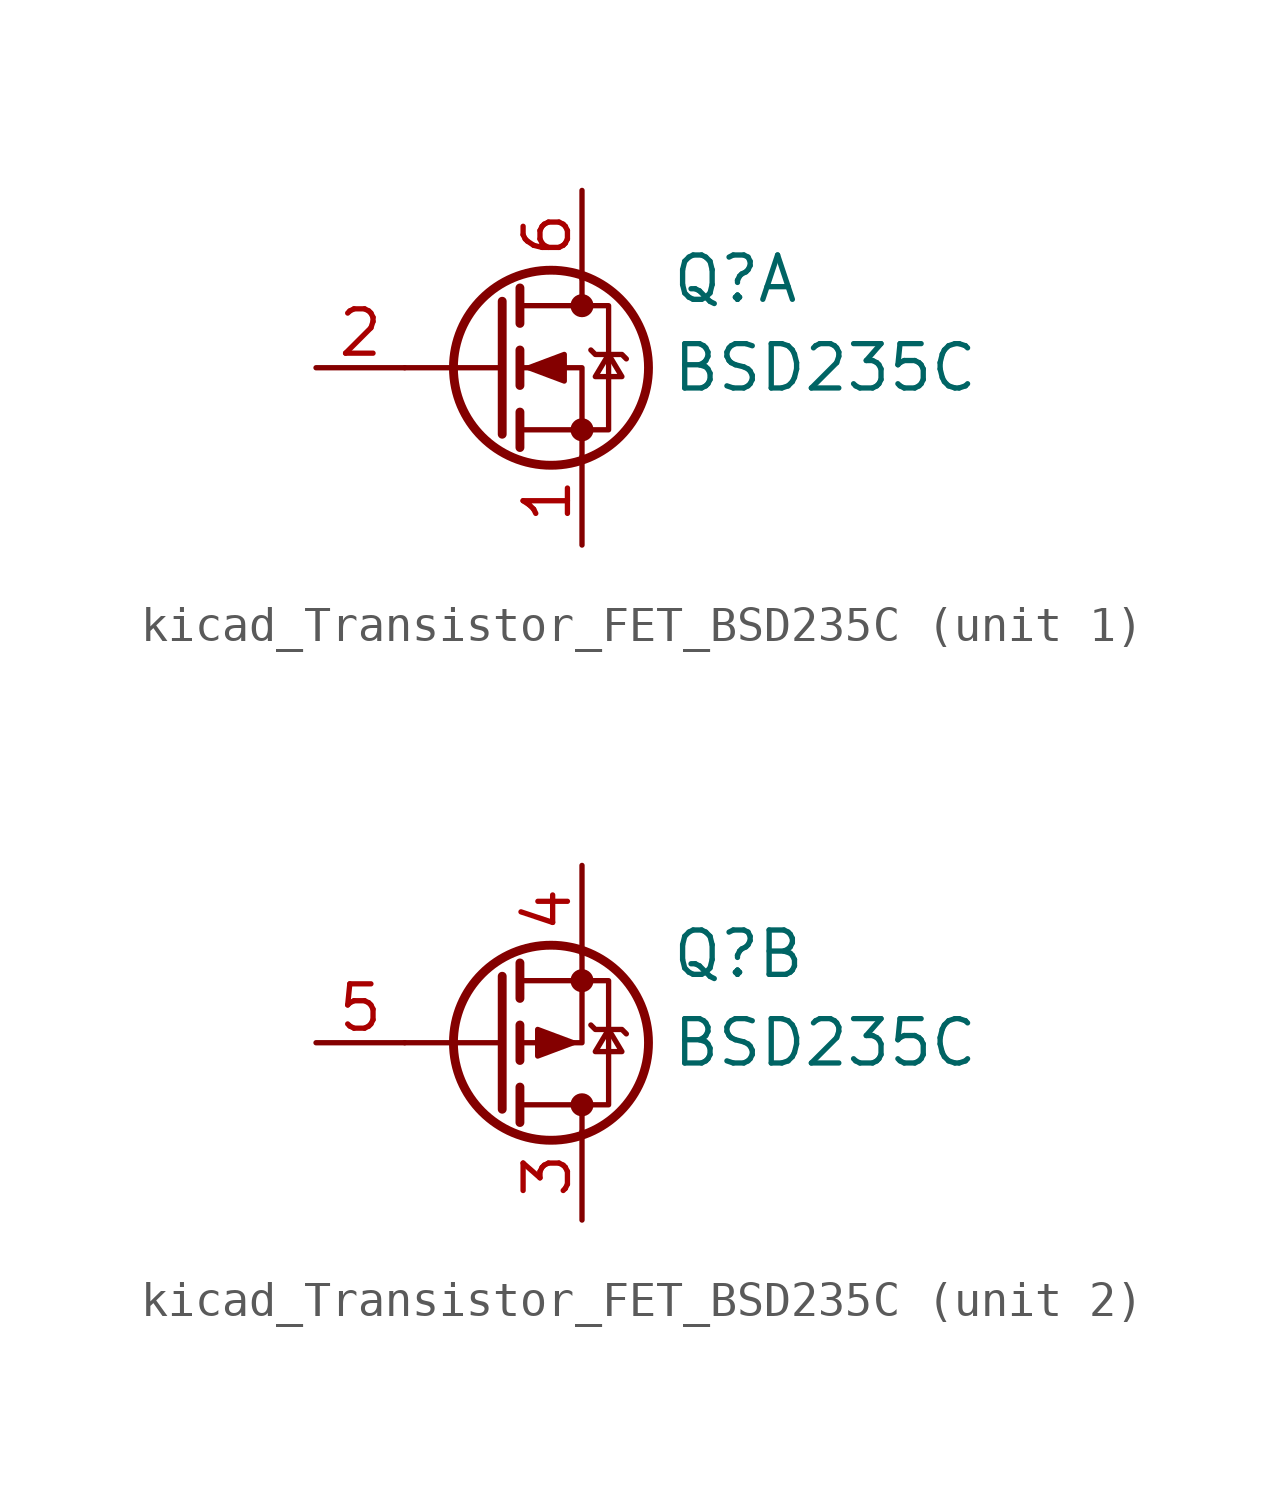
<source format=kicad_sym>
(kicad_symbol_lib
  (version 20220914)
  (generator kicad_symbol_editor)
  (symbol "kicad_Transistor_FET_BSD235C"
    (pin_names hide)
    (property "Reference" "Q"
      (at 5.08 2.54 0)
      (effects (font (size 1.27 1.27)) (justify left)))
    (property "Value" "BSD235C"
      (at 5.08 0 0)
      (effects (font (size 1.27 1.27)) (justify left)))
    (symbol "kicad_Transistor_FET_BSD235C_1_1"
      (polyline (pts (xy 0.254 -1.905) (xy 0.254 1.905)) (stroke (width 0.254) (type default)) (fill (type none)))
      (polyline (pts (xy 0.254 0) (xy -2.54 0)) (stroke (width 0) (type default)) (fill (type none)))
      (polyline (pts (xy 0.762 -2.286) (xy 0.762 -1.27)) (stroke (width 0.254) (type default)) (fill (type none)))
      (polyline (pts (xy 0.762 -0.508) (xy 0.762 0.508)) (stroke (width 0.254) (type default)) (fill (type none)))
      (polyline (pts (xy 0.762 1.27) (xy 0.762 2.286)) (stroke (width 0.254) (type default)) (fill (type none)))
      (polyline (pts (xy 2.54 1.905) (xy 2.54 2.54)) (stroke (width 0) (type default)) (fill (type none)))
      (polyline (pts (xy 2.54 -2.54) (xy 2.54 0) (xy 0.762 0)) (stroke (width 0) (type default)) (fill (type none)))
      (polyline (pts (xy 0.762 1.778) (xy 3.302 1.778) (xy 3.302 -1.778) (xy 0.762 -1.778)) (stroke (width 0) (type default)) (fill (type none)))
      (polyline (pts (xy 1.016 0) (xy 2.032 -0.381) (xy 2.032 0.381) (xy 1.016 0)) (stroke (width 0) (type default)) (fill (type outline)))
      (polyline (pts (xy 2.794 0.508) (xy 2.921 0.381) (xy 3.683 0.381) (xy 3.81 0.254)) (stroke (width 0) (type default)) (fill (type none)))
      (polyline (pts (xy 3.302 0.381) (xy 2.921 -0.254) (xy 3.683 -0.254) (xy 3.302 0.381)) (stroke (width 0) (type default)) (fill (type none)))
      (circle (center 1.651 0) (radius 2.794) (stroke (width 0.254) (type default)) (fill (type none)))
      (circle (center 2.54 -1.778) (radius 0.254) (stroke (width 0) (type default)) (fill (type outline)))
      (circle (center 2.54 1.778) (radius 0.254) (stroke (width 0) (type default)) (fill (type outline)))
      (pin passive line (at 2.54 -5.08 90) (length 2.54) (name "SN" (effects (font (size 1.27 1.27)))) (number "1" (effects (font (size 1.27 1.27)))))
      (pin input line (at -5.08 0 0) (length 2.54) (name "GN" (effects (font (size 1.27 1.27)))) (number "2" (effects (font (size 1.27 1.27)))))
      (pin passive line (at 2.54 5.08 270) (length 2.54) (name "DN" (effects (font (size 1.27 1.27)))) (number "6" (effects (font (size 1.27 1.27))))))
    (symbol "kicad_Transistor_FET_BSD235C_2_1"
      (polyline (pts (xy 0.254 0) (xy -2.54 0)) (stroke (width 0) (type default)) (fill (type none)))
      (polyline (pts (xy 0.254 1.905) (xy 0.254 -1.905)) (stroke (width 0.254) (type default)) (fill (type none)))
      (polyline (pts (xy 0.762 -1.27) (xy 0.762 -2.286)) (stroke (width 0.254) (type default)) (fill (type none)))
      (polyline (pts (xy 0.762 0.508) (xy 0.762 -0.508)) (stroke (width 0.254) (type default)) (fill (type none)))
      (polyline (pts (xy 0.762 2.286) (xy 0.762 1.27)) (stroke (width 0.254) (type default)) (fill (type none)))
      (polyline (pts (xy 2.54 -1.905) (xy 2.54 -2.54)) (stroke (width 0) (type default)) (fill (type none)))
      (polyline (pts (xy 2.54 2.54) (xy 2.54 0) (xy 0.762 0)) (stroke (width 0) (type default)) (fill (type none)))
      (polyline (pts (xy 0.762 -1.778) (xy 3.302 -1.778) (xy 3.302 1.778) (xy 0.762 1.778)) (stroke (width 0) (type default)) (fill (type none)))
      (polyline (pts (xy 2.286 0) (xy 1.27 -0.381) (xy 1.27 0.381) (xy 2.286 0)) (stroke (width 0) (type default)) (fill (type outline)))
      (polyline (pts (xy 2.794 0.508) (xy 2.921 0.381) (xy 3.683 0.381) (xy 3.81 0.254)) (stroke (width 0) (type default)) (fill (type none)))
      (polyline (pts (xy 3.302 0.381) (xy 2.921 -0.254) (xy 3.683 -0.254) (xy 3.302 0.381)) (stroke (width 0) (type default)) (fill (type none)))
      (circle (center 1.651 0) (radius 2.794) (stroke (width 0.254) (type default)) (fill (type none)))
      (circle (center 2.54 -1.778) (radius 0.254) (stroke (width 0) (type default)) (fill (type outline)))
      (circle (center 2.54 1.778) (radius 0.254) (stroke (width 0) (type default)) (fill (type outline)))
      (pin passive line (at 2.54 -5.08 90) (length 2.54) (name "DP" (effects (font (size 1.27 1.27)))) (number "3" (effects (font (size 1.27 1.27)))))
      (pin passive line (at 2.54 5.08 270) (length 2.54) (name "SP" (effects (font (size 1.27 1.27)))) (number "4" (effects (font (size 1.27 1.27)))))
      (pin input line (at -5.08 0 0) (length 2.54) (name "GP" (effects (font (size 1.27 1.27)))) (number "5" (effects (font (size 1.27 1.27))))))))
</source>
